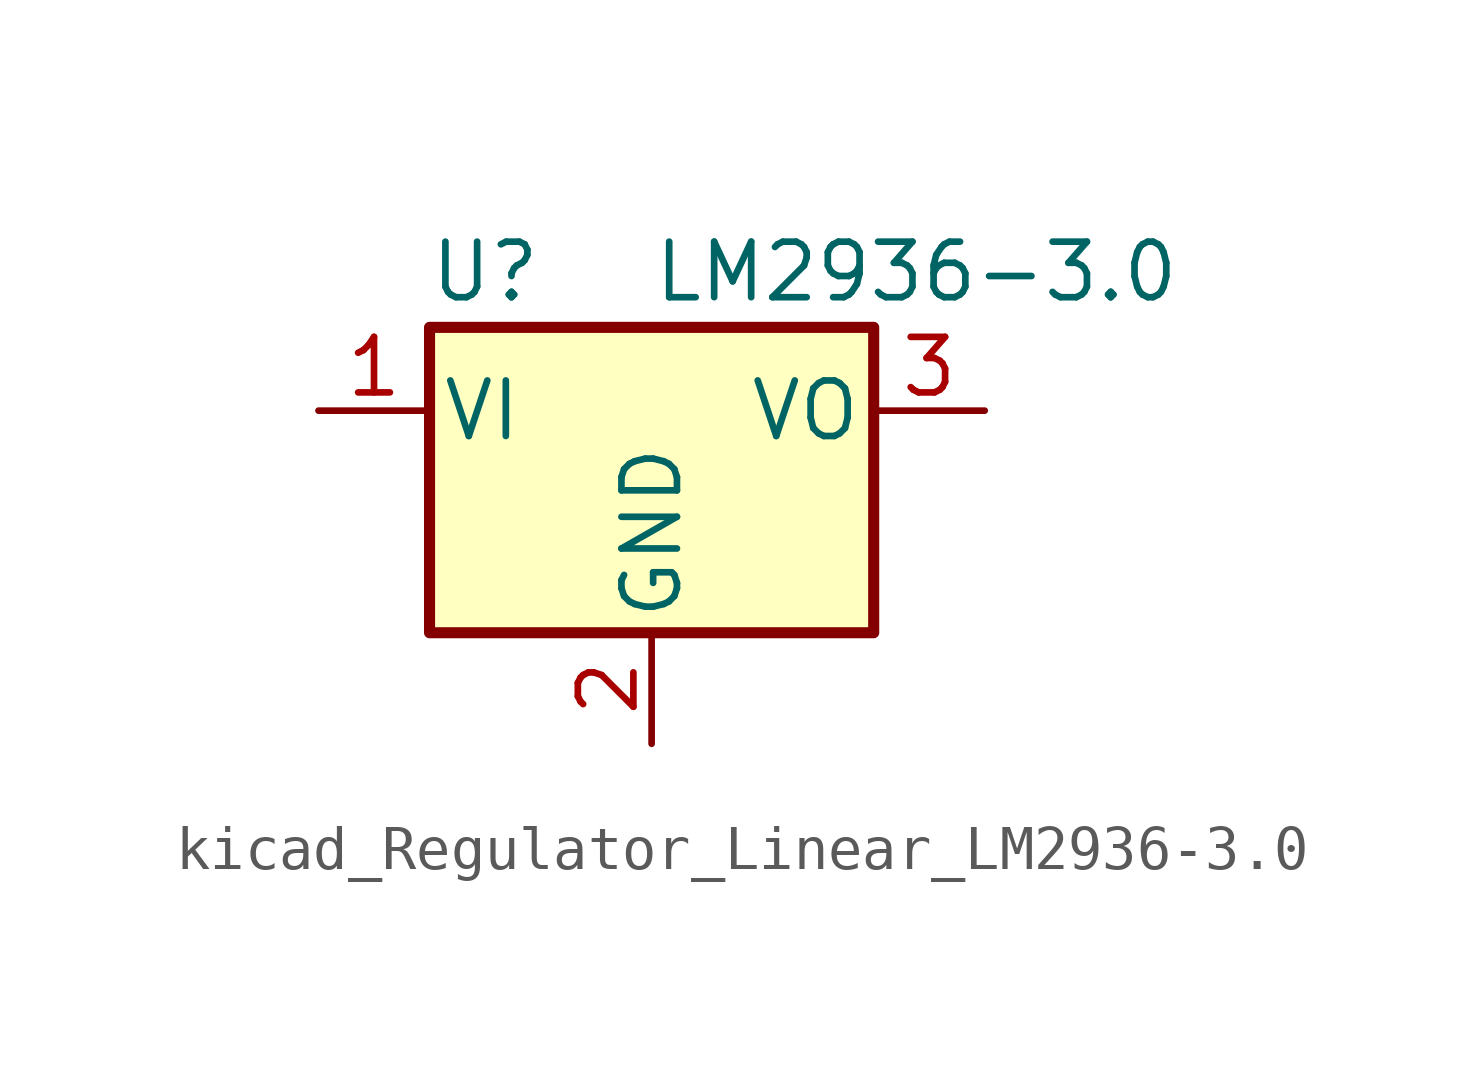
<source format=kicad_sym>
(kicad_symbol_lib
  (version 20220914)
  (generator kicad_symbol_editor)
  (symbol "kicad_Regulator_Linear_LM2936-3.0"
    (pin_names
      (offset 0.254))
    (property "Reference" "U"
      (at -3.81 3.175 0)
      (effects (font (size 1.27 1.27))))
    (property "Value" "LM2936-3.0"
      (at 0 3.175 0)
      (effects (font (size 1.27 1.27)) (justify left)))
    (symbol "kicad_Regulator_Linear_LM2936-3.0_0_1"
      (rectangle (start -5.08 1.905) (end 5.08 -5.08) (stroke (width 0.254) (type default)) (fill (type background))))
    (symbol "kicad_Regulator_Linear_LM2936-3.0_1_1"
      (pin power_in line (at -7.62 0 0) (length 2.54) (name "VI" (effects (font (size 1.27 1.27)))) (number "1" (effects (font (size 1.27 1.27)))))
      (pin power_in line (at 0 -7.62 90) (length 2.54) (name "GND" (effects (font (size 1.27 1.27)))) (number "2" (effects (font (size 1.27 1.27)))))
      (pin power_out line (at 7.62 0 180) (length 2.54) (name "VO" (effects (font (size 1.27 1.27)))) (number "3" (effects (font (size 1.27 1.27))))))))
</source>
